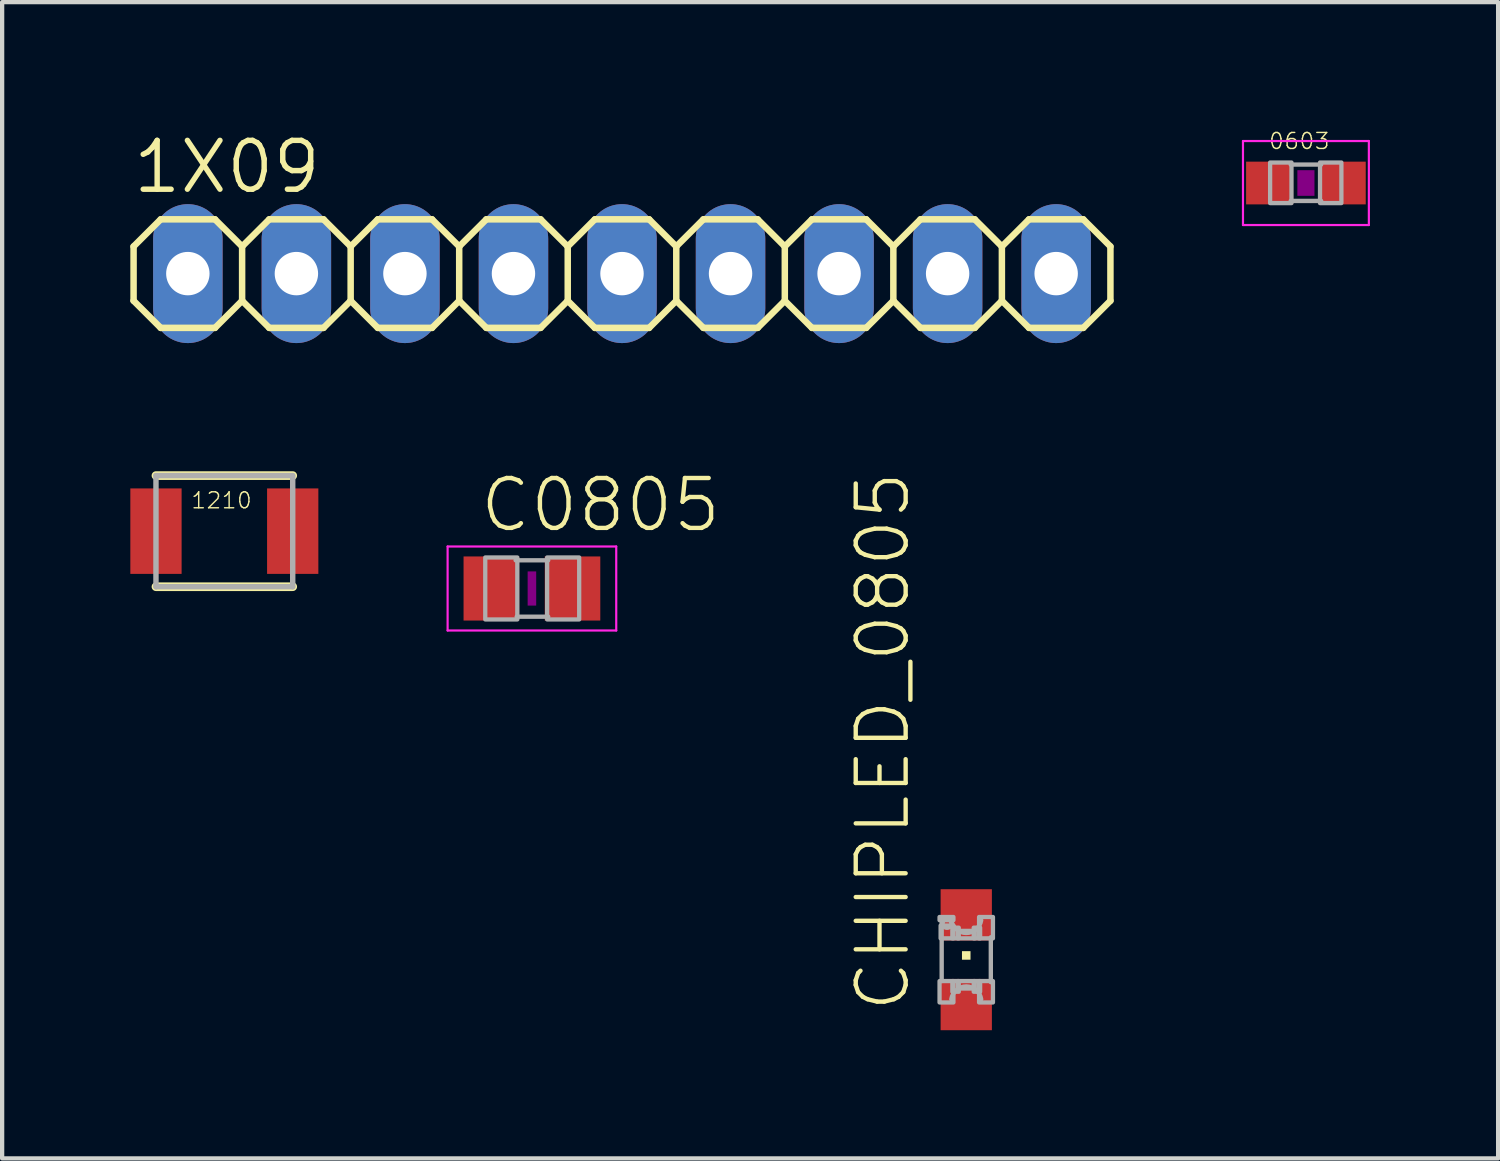
<source format=kicad_pcb>
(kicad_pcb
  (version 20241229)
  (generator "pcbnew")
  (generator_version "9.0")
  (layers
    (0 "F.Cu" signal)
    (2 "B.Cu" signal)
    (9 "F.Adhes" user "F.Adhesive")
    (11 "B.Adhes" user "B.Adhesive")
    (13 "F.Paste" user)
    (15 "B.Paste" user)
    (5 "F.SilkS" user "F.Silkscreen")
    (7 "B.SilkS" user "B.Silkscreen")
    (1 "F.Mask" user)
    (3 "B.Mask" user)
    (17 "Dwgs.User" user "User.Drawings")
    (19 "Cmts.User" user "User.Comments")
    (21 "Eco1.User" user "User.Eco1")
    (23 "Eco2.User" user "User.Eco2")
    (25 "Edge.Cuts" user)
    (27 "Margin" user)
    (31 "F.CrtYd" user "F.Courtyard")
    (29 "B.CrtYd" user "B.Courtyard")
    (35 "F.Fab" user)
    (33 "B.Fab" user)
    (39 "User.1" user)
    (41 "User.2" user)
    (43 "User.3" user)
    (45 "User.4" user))
  (footprint "C0805"
    (layer "F.Cu")
    (at 9.398 10.722)
    (property "Reference" "C0805" (at -1.27 -1.27 0) (unlocked yes) (layer "F.SilkS") (effects (font (size 1.168 1.168) (thickness 0.102)) (justify left bottom)))
    (fp_poly (pts (xy -0.1 0.4) (xy 0.1 0.4) (xy 0.1 -0.4) (xy -0.1 -0.4)) (stroke (width 0) (type default)) (fill yes) (layer "F.Adhes"))
    (fp_line (start -1.973 -0.983) (end 1.973 -0.983) (stroke (width 0.051) (type solid)) (layer "F.CrtYd"))
    (fp_line (start -1.973 0.983) (end -1.973 -0.983) (stroke (width 0.051) (type solid)) (layer "F.CrtYd"))
    (fp_line (start 1.973 -0.983) (end 1.973 0.983) (stroke (width 0.051) (type solid)) (layer "F.CrtYd"))
    (fp_line (start 1.973 0.983) (end -1.973 0.983) (stroke (width 0.051) (type solid)) (layer "F.CrtYd"))
    (fp_line (start -0.381 -0.66) (end 0.381 -0.66) (stroke (width 0.102) (type solid)) (layer "F.Fab"))
    (fp_line (start -0.356 0.66) (end 0.381 0.66) (stroke (width 0.102) (type solid)) (layer "F.Fab"))
    (fp_poly (pts (xy -1.092 0.724) (xy -0.342 0.724) (xy -0.342 -0.726) (xy -1.092 -0.726)) (stroke (width 0.1) (type default)) (fill no) (layer "F.Fab"))
    (fp_poly (pts (xy 0.356 0.724) (xy 1.106 0.724) (xy 1.106 -0.726) (xy 0.356 -0.726)) (stroke (width 0.1) (type default)) (fill no) (layer "F.Fab"))
    (pad "1" smd rect (at -0.95 0) (size 1.3 1.5) (layers "F.Cu" "F.Mask" "F.Paste"))
    (pad "2" smd rect (at 0.95 0) (size 1.3 1.5) (layers "F.Cu" "F.Mask" "F.Paste")))
  (footprint "1X09"
    (layer "F.Cu")
    (at 1.346 3.353)
    (property "Reference" "1X09" (at -1.346 -1.829 0) (unlocked yes) (layer "F.SilkS") (effects (font (size 1.143 1.143) (thickness 0.127)) (justify left bottom)))
    (fp_line (start -1.27 -0.635) (end -1.27 0.635) (stroke (width 0.152) (type solid)) (layer "F.SilkS"))
    (fp_line (start -1.27 0.635) (end -0.635 1.27) (stroke (width 0.152) (type solid)) (layer "F.SilkS"))
    (fp_line (start -0.635 -1.27) (end -1.27 -0.635) (stroke (width 0.152) (type solid)) (layer "F.SilkS"))
    (fp_line (start -0.635 -1.27) (end 0.635 -1.27) (stroke (width 0.152) (type solid)) (layer "F.SilkS"))
    (fp_line (start 0.635 -1.27) (end 1.27 -0.635) (stroke (width 0.152) (type solid)) (layer "F.SilkS"))
    (fp_line (start 0.635 1.27) (end -0.635 1.27) (stroke (width 0.152) (type solid)) (layer "F.SilkS"))
    (fp_line (start 1.27 -0.635) (end 1.27 0.635) (stroke (width 0.152) (type solid)) (layer "F.SilkS"))
    (fp_line (start 1.27 -0.635) (end 1.905 -1.27) (stroke (width 0.152) (type solid)) (layer "F.SilkS"))
    (fp_line (start 1.27 0.635) (end 0.635 1.27) (stroke (width 0.152) (type solid)) (layer "F.SilkS"))
    (fp_line (start 1.905 -1.27) (end 3.175 -1.27) (stroke (width 0.152) (type solid)) (layer "F.SilkS"))
    (fp_line (start 1.905 1.27) (end 1.27 0.635) (stroke (width 0.152) (type solid)) (layer "F.SilkS"))
    (fp_line (start 3.175 -1.27) (end 3.81 -0.635) (stroke (width 0.152) (type solid)) (layer "F.SilkS"))
    (fp_line (start 3.175 1.27) (end 1.905 1.27) (stroke (width 0.152) (type solid)) (layer "F.SilkS"))
    (fp_line (start 3.81 -0.635) (end 3.81 0.635) (stroke (width 0.152) (type solid)) (layer "F.SilkS"))
    (fp_line (start 3.81 -0.635) (end 4.445 -1.27) (stroke (width 0.152) (type solid)) (layer "F.SilkS"))
    (fp_line (start 3.81 0.635) (end 3.175 1.27) (stroke (width 0.152) (type solid)) (layer "F.SilkS"))
    (fp_line (start 4.445 -1.27) (end 5.715 -1.27) (stroke (width 0.152) (type solid)) (layer "F.SilkS"))
    (fp_line (start 4.445 1.27) (end 3.81 0.635) (stroke (width 0.152) (type solid)) (layer "F.SilkS"))
    (fp_line (start 5.715 -1.27) (end 6.35 -0.635) (stroke (width 0.152) (type solid)) (layer "F.SilkS"))
    (fp_line (start 5.715 1.27) (end 4.445 1.27) (stroke (width 0.152) (type solid)) (layer "F.SilkS"))
    (fp_line (start 6.35 -0.635) (end 6.35 0.635) (stroke (width 0.152) (type solid)) (layer "F.SilkS"))
    (fp_line (start 6.35 0.635) (end 5.715 1.27) (stroke (width 0.152) (type solid)) (layer "F.SilkS"))
    (fp_line (start 6.35 0.635) (end 6.985 1.27) (stroke (width 0.152) (type solid)) (layer "F.SilkS"))
    (fp_line (start 6.985 -1.27) (end 6.35 -0.635) (stroke (width 0.152) (type solid)) (layer "F.SilkS"))
    (fp_line (start 6.985 -1.27) (end 8.255 -1.27) (stroke (width 0.152) (type solid)) (layer "F.SilkS"))
    (fp_line (start 8.255 -1.27) (end 8.89 -0.635) (stroke (width 0.152) (type solid)) (layer "F.SilkS"))
    (fp_line (start 8.255 1.27) (end 6.985 1.27) (stroke (width 0.152) (type solid)) (layer "F.SilkS"))
    (fp_line (start 8.89 -0.635) (end 8.89 0.635) (stroke (width 0.152) (type solid)) (layer "F.SilkS"))
    (fp_line (start 8.89 -0.635) (end 9.525 -1.27) (stroke (width 0.152) (type solid)) (layer "F.SilkS"))
    (fp_line (start 8.89 0.635) (end 8.255 1.27) (stroke (width 0.152) (type solid)) (layer "F.SilkS"))
    (fp_line (start 9.525 -1.27) (end 10.795 -1.27) (stroke (width 0.152) (type solid)) (layer "F.SilkS"))
    (fp_line (start 9.525 1.27) (end 8.89 0.635) (stroke (width 0.152) (type solid)) (layer "F.SilkS"))
    (fp_line (start 10.795 -1.27) (end 11.43 -0.635) (stroke (width 0.152) (type solid)) (layer "F.SilkS"))
    (fp_line (start 10.795 1.27) (end 9.525 1.27) (stroke (width 0.152) (type solid)) (layer "F.SilkS"))
    (fp_line (start 11.43 -0.635) (end 11.43 0.635) (stroke (width 0.152) (type solid)) (layer "F.SilkS"))
    (fp_line (start 11.43 -0.635) (end 12.065 -1.27) (stroke (width 0.152) (type solid)) (layer "F.SilkS"))
    (fp_line (start 11.43 0.635) (end 10.795 1.27) (stroke (width 0.152) (type solid)) (layer "F.SilkS"))
    (fp_line (start 12.065 -1.27) (end 13.335 -1.27) (stroke (width 0.152) (type solid)) (layer "F.SilkS"))
    (fp_line (start 12.065 1.27) (end 11.43 0.635) (stroke (width 0.152) (type solid)) (layer "F.SilkS"))
    (fp_line (start 13.335 -1.27) (end 13.97 -0.635) (stroke (width 0.152) (type solid)) (layer "F.SilkS"))
    (fp_line (start 13.335 1.27) (end 12.065 1.27) (stroke (width 0.152) (type solid)) (layer "F.SilkS"))
    (fp_line (start 13.97 -0.635) (end 13.97 0.635) (stroke (width 0.152) (type solid)) (layer "F.SilkS"))
    (fp_line (start 13.97 0.635) (end 13.335 1.27) (stroke (width 0.152) (type solid)) (layer "F.SilkS"))
    (fp_line (start 13.97 0.635) (end 14.605 1.27) (stroke (width 0.152) (type solid)) (layer "F.SilkS"))
    (fp_line (start 14.605 -1.27) (end 13.97 -0.635) (stroke (width 0.152) (type solid)) (layer "F.SilkS"))
    (fp_line (start 14.605 -1.27) (end 15.875 -1.27) (stroke (width 0.152) (type solid)) (layer "F.SilkS"))
    (fp_line (start 15.875 -1.27) (end 16.51 -0.635) (stroke (width 0.152) (type solid)) (layer "F.SilkS"))
    (fp_line (start 15.875 1.27) (end 14.605 1.27) (stroke (width 0.152) (type solid)) (layer "F.SilkS"))
    (fp_line (start 16.51 -0.635) (end 16.51 0.635) (stroke (width 0.152) (type solid)) (layer "F.SilkS"))
    (fp_line (start 16.51 -0.635) (end 17.145 -1.27) (stroke (width 0.152) (type solid)) (layer "F.SilkS"))
    (fp_line (start 16.51 0.635) (end 15.875 1.27) (stroke (width 0.152) (type solid)) (layer "F.SilkS"))
    (fp_line (start 17.145 -1.27) (end 18.415 -1.27) (stroke (width 0.152) (type solid)) (layer "F.SilkS"))
    (fp_line (start 17.145 1.27) (end 16.51 0.635) (stroke (width 0.152) (type solid)) (layer "F.SilkS"))
    (fp_line (start 18.415 -1.27) (end 19.05 -0.635) (stroke (width 0.152) (type solid)) (layer "F.SilkS"))
    (fp_line (start 18.415 1.27) (end 17.145 1.27) (stroke (width 0.152) (type solid)) (layer "F.SilkS"))
    (fp_line (start 19.05 -0.635) (end 19.05 0.635) (stroke (width 0.152) (type solid)) (layer "F.SilkS"))
    (fp_line (start 19.05 0.635) (end 18.415 1.27) (stroke (width 0.152) (type solid)) (layer "F.SilkS"))
    (fp_line (start 19.05 0.635) (end 19.685 1.27) (stroke (width 0.152) (type solid)) (layer "F.SilkS"))
    (fp_line (start 19.685 -1.27) (end 19.05 -0.635) (stroke (width 0.152) (type solid)) (layer "F.SilkS"))
    (fp_line (start 19.685 -1.27) (end 20.955 -1.27) (stroke (width 0.152) (type solid)) (layer "F.SilkS"))
    (fp_line (start 20.955 -1.27) (end 21.59 -0.635) (stroke (width 0.152) (type solid)) (layer "F.SilkS"))
    (fp_line (start 20.955 1.27) (end 19.685 1.27) (stroke (width 0.152) (type solid)) (layer "F.SilkS"))
    (fp_line (start 21.59 -0.635) (end 21.59 0.635) (stroke (width 0.152) (type solid)) (layer "F.SilkS"))
    (fp_line (start 21.59 0.635) (end 20.955 1.27) (stroke (width 0.152) (type solid)) (layer "F.SilkS"))
    (fp_poly (pts (xy -0.254 0.254) (xy 0.254 0.254) (xy 0.254 -0.254) (xy -0.254 -0.254)) (stroke (width 0.1) (type default)) (fill no) (layer "F.Fab"))
    (fp_poly (pts (xy 2.286 0.254) (xy 2.794 0.254) (xy 2.794 -0.254) (xy 2.286 -0.254)) (stroke (width 0.1) (type default)) (fill no) (layer "F.Fab"))
    (fp_poly (pts (xy 4.826 0.254) (xy 5.334 0.254) (xy 5.334 -0.254) (xy 4.826 -0.254)) (stroke (width 0.1) (type default)) (fill no) (layer "F.Fab"))
    (fp_poly (pts (xy 7.366 0.254) (xy 7.874 0.254) (xy 7.874 -0.254) (xy 7.366 -0.254)) (stroke (width 0.1) (type default)) (fill no) (layer "F.Fab"))
    (fp_poly (pts (xy 9.906 0.254) (xy 10.414 0.254) (xy 10.414 -0.254) (xy 9.906 -0.254)) (stroke (width 0.1) (type default)) (fill no) (layer "F.Fab"))
    (fp_poly (pts (xy 12.446 0.254) (xy 12.954 0.254) (xy 12.954 -0.254) (xy 12.446 -0.254)) (stroke (width 0.1) (type default)) (fill no) (layer "F.Fab"))
    (fp_poly (pts (xy 14.986 0.254) (xy 15.494 0.254) (xy 15.494 -0.254) (xy 14.986 -0.254)) (stroke (width 0.1) (type default)) (fill no) (layer "F.Fab"))
    (fp_poly (pts (xy 17.526 0.254) (xy 18.034 0.254) (xy 18.034 -0.254) (xy 17.526 -0.254)) (stroke (width 0.1) (type default)) (fill no) (layer "F.Fab"))
    (fp_poly (pts (xy 20.066 0.254) (xy 20.574 0.254) (xy 20.574 -0.254) (xy 20.066 -0.254)) (stroke (width 0.1) (type default)) (fill no) (layer "F.Fab"))
    (pad "1" thru_hole oval (at 0 0 90) (size 3.251 1.626) (drill 1.016) (layers "*.Cu" "*.Mask"))
    (pad "2" thru_hole oval (at 2.54 0 90) (size 3.251 1.626) (drill 1.016) (layers "*.Cu" "*.Mask"))
    (pad "3" thru_hole oval (at 5.08 0 90) (size 3.251 1.626) (drill 1.016) (layers "*.Cu" "*.Mask"))
    (pad "4" thru_hole oval (at 7.62 0 90) (size 3.251 1.626) (drill 1.016) (layers "*.Cu" "*.Mask"))
    (pad "5" thru_hole oval (at 10.16 0 90) (size 3.251 1.626) (drill 1.016) (layers "*.Cu" "*.Mask"))
    (pad "6" thru_hole oval (at 12.7 0 90) (size 3.251 1.626) (drill 1.016) (layers "*.Cu" "*.Mask"))
    (pad "7" thru_hole oval (at 15.24 0 90) (size 3.251 1.626) (drill 1.016) (layers "*.Cu" "*.Mask"))
    (pad "8" thru_hole oval (at 17.78 0 90) (size 3.251 1.626) (drill 1.016) (layers "*.Cu" "*.Mask"))
    (pad "9" thru_hole oval (at 20.32 0 90) (size 3.251 1.626) (drill 1.016) (layers "*.Cu" "*.Mask")))
  (footprint "1210"
    (layer "F.Cu")
    (at 2.2 9.38)
    (property "Reference" "1210" (at -0.8 -0.5 0) (unlocked yes) (layer "F.SilkS") (effects (font (size 0.374 0.374) (thickness 0.033)) (justify left bottom)))
    (fp_line (start -1.6 -1.3) (end 1.6 -1.3) (stroke (width 0.203) (type solid)) (layer "F.SilkS"))
    (fp_line (start -1.6 1.3) (end 1.6 1.3) (stroke (width 0.203) (type solid)) (layer "F.SilkS"))
    (fp_line (start -1.6 -1.3) (end 1.6 -1.3) (stroke (width 0.127) (type solid)) (layer "F.Fab"))
    (fp_line (start -1.6 1.3) (end -1.6 -1.3) (stroke (width 0.127) (type solid)) (layer "F.Fab"))
    (fp_line (start 1.6 -1.3) (end 1.6 1.3) (stroke (width 0.127) (type solid)) (layer "F.Fab"))
    (fp_line (start 1.6 1.3) (end -1.6 1.3) (stroke (width 0.127) (type solid)) (layer "F.Fab"))
    (pad "1" smd rect (at -1.6 0) (size 1.2 2) (layers "F.Cu" "F.Mask" "F.Paste"))
    (pad "2" smd rect (at 1.6 0) (size 1.2 2) (layers "F.Cu" "F.Mask" "F.Paste")))
  (footprint "0603"
    (layer "F.Cu")
    (at 27.511 1.233)
    (property "Reference" "0603" (at -0.889 -0.762 0) (unlocked yes) (layer "F.SilkS") (effects (font (size 0.374 0.374) (thickness 0.033)) (justify left bottom)))
    (fp_poly (pts (xy -0.2 0.3) (xy 0.2 0.3) (xy 0.2 -0.3) (xy -0.2 -0.3)) (stroke (width 0) (type default)) (fill yes) (layer "F.Adhes"))
    (fp_line (start -1.473 -0.983) (end 1.473 -0.983) (stroke (width 0.051) (type solid)) (layer "F.CrtYd"))
    (fp_line (start -1.473 0.983) (end -1.473 -0.983) (stroke (width 0.051) (type solid)) (layer "F.CrtYd"))
    (fp_line (start 1.473 -0.983) (end 1.473 0.983) (stroke (width 0.051) (type solid)) (layer "F.CrtYd"))
    (fp_line (start 1.473 0.983) (end -1.473 0.983) (stroke (width 0.051) (type solid)) (layer "F.CrtYd"))
    (fp_line (start -0.356 -0.432) (end 0.356 -0.432) (stroke (width 0.102) (type solid)) (layer "F.Fab"))
    (fp_line (start -0.356 0.419) (end 0.356 0.419) (stroke (width 0.102) (type solid)) (layer "F.Fab"))
    (fp_poly (pts (xy -0.838 0.47) (xy -0.338 0.47) (xy -0.338 -0.48) (xy -0.838 -0.48)) (stroke (width 0.1) (type default)) (fill no) (layer "F.Fab"))
    (fp_poly (pts (xy 0.33 0.47) (xy 0.83 0.47) (xy 0.83 -0.48) (xy 0.33 -0.48)) (stroke (width 0.1) (type default)) (fill no) (layer "F.Fab"))
    (pad "1" smd rect (at -0.85 0) (size 1.1 1) (layers "F.Cu" "F.Mask" "F.Paste"))
    (pad "2" smd rect (at 0.85 0) (size 1.1 1) (layers "F.Cu" "F.Mask" "F.Paste")))
  (footprint "CHIPLED_0805"
    (layer "F.Cu")
    (at 19.562 19.409)
    (property "Reference" "CHIPLED_0805" (at -1.27 1.27 90) (unlocked yes) (layer "F.SilkS") (effects (font (size 1.168 1.168) (thickness 0.102)) (justify left bottom)))
    (fp_poly (pts (xy -0.1 0) (xy 0.1 0) (xy 0.1 -0.2) (xy -0.1 -0.2)) (stroke (width 0) (type default)) (fill yes) (layer "F.SilkS"))
    (fp_line (start -0.575 0.5) (end -0.575 -0.925) (stroke (width 0.102) (type solid)) (layer "F.Fab"))
    (fp_line (start 0.575 -0.525) (end 0.575 0.525) (stroke (width 0.102) (type solid)) (layer "F.Fab"))
    (fp_arc (start -0.35 0.925) (mid -0.000001 0.625027) (end 0.35 0.924998) (stroke (width 0.1016) (type solid)) (layer "F.Fab"))
    (fp_arc (start 0.35 -0.924998) (mid -0.000001 -0.625027) (end -0.35 -0.925) (stroke (width 0.1016) (type solid)) (layer "F.Fab"))
    (fp_circle (center -0.45 -0.85) (end -0.347 -0.85) (stroke (width 0.102) (type solid)) (fill no) (layer "F.Fab"))
    (fp_poly (pts (xy -0.625 -0.925) (xy -0.3 -0.925) (xy -0.3 -1) (xy -0.625 -1)) (stroke (width 0.1) (type default)) (fill no) (layer "F.Fab"))
    (fp_poly (pts (xy -0.625 1) (xy -0.3 1) (xy -0.3 0.5) (xy -0.625 0.5)) (stroke (width 0.1) (type default)) (fill no) (layer "F.Fab"))
    (fp_poly (pts (xy -0.6 -0.5) (xy -0.3 -0.5) (xy -0.3 -0.8) (xy -0.6 -0.8)) (stroke (width 0.1) (type default)) (fill no) (layer "F.Fab"))
    (fp_poly (pts (xy -0.325 -0.5) (xy -0.175 -0.5) (xy -0.175 -0.75) (xy -0.325 -0.75)) (stroke (width 0.1) (type default)) (fill no) (layer "F.Fab"))
    (fp_poly (pts (xy -0.325 0.75) (xy -0.175 0.75) (xy -0.175 0.5) (xy -0.325 0.5)) (stroke (width 0.1) (type default)) (fill no) (layer "F.Fab"))
    (fp_poly (pts (xy -0.2 -0.5) (xy 0.2 -0.5) (xy 0.2 -0.675) (xy -0.2 -0.675)) (stroke (width 0.1) (type default)) (fill no) (layer "F.Fab"))
    (fp_poly (pts (xy -0.2 0.675) (xy 0.2 0.675) (xy 0.2 0.5) (xy -0.2 0.5)) (stroke (width 0.1) (type default)) (fill no) (layer "F.Fab"))
    (fp_poly (pts (xy 0.175 -0.5) (xy 0.325 -0.5) (xy 0.325 -0.75) (xy 0.175 -0.75)) (stroke (width 0.1) (type default)) (fill no) (layer "F.Fab"))
    (fp_poly (pts (xy 0.175 0.75) (xy 0.325 0.75) (xy 0.325 0.5) (xy 0.175 0.5)) (stroke (width 0.1) (type default)) (fill no) (layer "F.Fab"))
    (fp_poly (pts (xy 0.3 -0.5) (xy 0.625 -0.5) (xy 0.625 -1) (xy 0.3 -1)) (stroke (width 0.1) (type default)) (fill no) (layer "F.Fab"))
    (fp_poly (pts (xy 0.3 1) (xy 0.625 1) (xy 0.625 0.5) (xy 0.3 0.5)) (stroke (width 0.1) (type default)) (fill no) (layer "F.Fab"))
    (pad "A" smd rect (at 0 1.05) (size 1.2 1.2) (layers "F.Cu" "F.Mask" "F.Paste"))
    (pad "C" smd rect (at 0 -1.05) (size 1.2 1.2) (layers "F.Cu" "F.Mask" "F.Paste")))
  (gr_rect
    (start -3 -3)
    (end 32.009 24.059)
    (stroke (width 0.1) (type default))
    (fill no)
    (layer "Edge.Cuts")))
</source>
